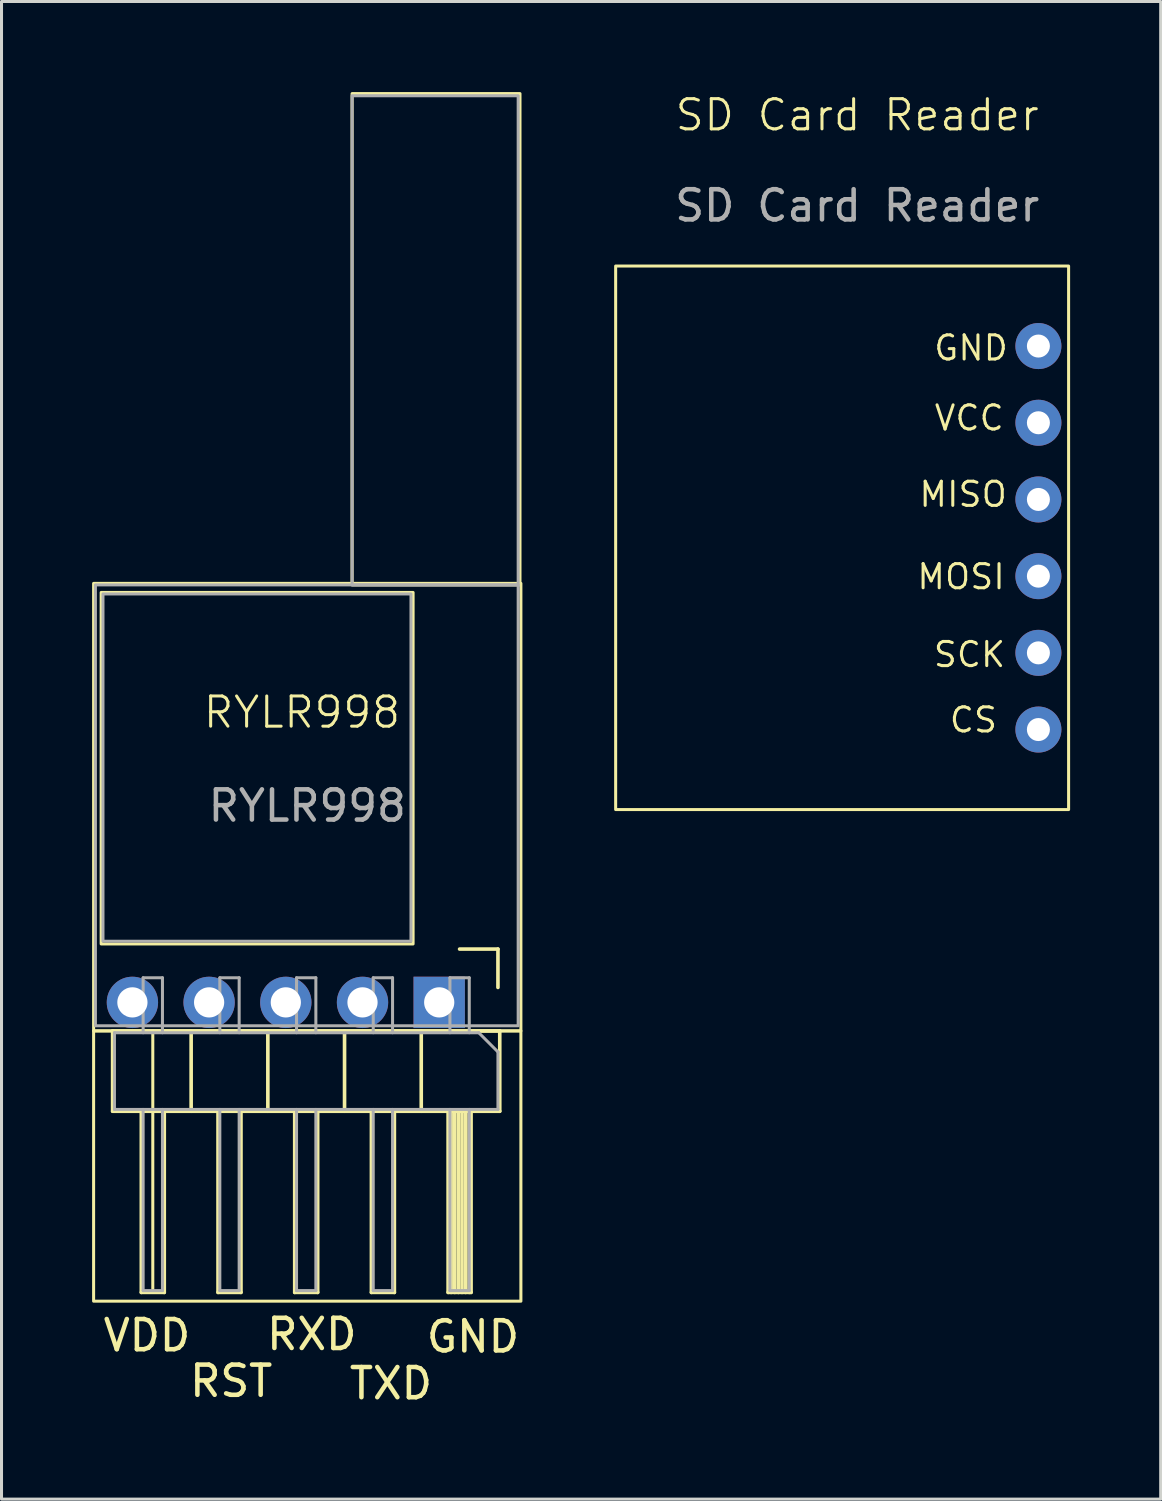
<source format=kicad_pcb>
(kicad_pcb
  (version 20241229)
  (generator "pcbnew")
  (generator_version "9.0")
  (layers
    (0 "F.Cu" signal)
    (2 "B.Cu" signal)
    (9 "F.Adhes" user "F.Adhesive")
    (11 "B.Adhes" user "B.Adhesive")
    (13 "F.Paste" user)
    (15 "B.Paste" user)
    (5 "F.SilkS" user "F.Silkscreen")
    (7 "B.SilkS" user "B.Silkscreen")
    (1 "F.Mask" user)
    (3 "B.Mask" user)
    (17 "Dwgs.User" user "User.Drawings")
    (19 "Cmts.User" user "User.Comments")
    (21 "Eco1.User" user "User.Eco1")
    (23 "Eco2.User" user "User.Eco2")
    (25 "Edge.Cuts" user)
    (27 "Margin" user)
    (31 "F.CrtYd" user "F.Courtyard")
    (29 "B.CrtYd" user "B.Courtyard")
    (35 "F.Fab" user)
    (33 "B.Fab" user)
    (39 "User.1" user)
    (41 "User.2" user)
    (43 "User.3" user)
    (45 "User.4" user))
  (footprint "SD Card Reader"
    (layer "F.Cu")
    (at 25.338 1.26)
    (property "Reference" "SD Card Reader" (at 0 -0.5 0) (unlocked yes) (layer "F.SilkS") (effects (font (size 1 1) (thickness 0.1))))
    (attr smd)
    (fp_rect (start -8 4.5) (end 7 22.5) (stroke (width 0.1) (type default)) (fill no) (layer "F.SilkS"))
    (fp_text user "CS" (at 3 20 0) (unlocked yes) (layer "F.SilkS") (effects (font (size 0.8 0.8) (thickness 0.1)) (justify left bottom)))
    (fp_text user "VCC" (at 2.5 10 0) (unlocked yes) (layer "F.SilkS") (effects (font (size 0.8 0.8) (thickness 0.1)) (justify left bottom)))
    (fp_text user "GND\n" (at 2.484 7.682 0) (unlocked yes) (layer "F.SilkS") (effects (font (size 0.8 0.8) (thickness 0.1)) (justify left bottom)))
    (fp_text user "SCK" (at 2.471 17.835 0) (unlocked yes) (layer "F.SilkS") (effects (font (size 0.8 0.8) (thickness 0.1)) (justify left bottom)))
    (fp_text user "MISO\n" (at 1.994 12.529 0) (unlocked yes) (layer "F.SilkS") (effects (font (size 0.8 0.8) (thickness 0.1)) (justify left bottom)))
    (fp_text user "MOSI" (at 1.925 15.258 0) (unlocked yes) (layer "F.SilkS") (effects (font (size 0.8 0.8) (thickness 0.1)) (justify left bottom)))
    (fp_text user "${REFERENCE}" (at 0 2.5 0) (unlocked yes) (layer "F.Fab") (effects (font (size 1 1) (thickness 0.15))))
    (pad "1" thru_hole circle (at 6 19.85 180) (size 1.524 1.524) (drill 0.762) (layers "*.Cu" "*.Mask"))
    (pad "2" thru_hole circle (at 6 17.31 180) (size 1.524 1.524) (drill 0.762) (layers "*.Cu" "*.Mask"))
    (pad "3" thru_hole circle (at 6 14.77 180) (size 1.524 1.524) (drill 0.762) (layers "*.Cu" "*.Mask"))
    (pad "4" thru_hole circle (at 6 12.23 180) (size 1.524 1.524) (drill 0.762) (layers "*.Cu" "*.Mask"))
    (pad "5" thru_hole circle (at 6 9.69 180) (size 1.524 1.524) (drill 0.762) (layers "*.Cu" "*.Mask"))
    (pad "6" thru_hole circle (at 6 7.15 180) (size 1.524 1.524) (drill 0.762) (layers "*.Cu" "*.Mask")))
  (footprint "RYLR998"
    (layer "F.Cu")
    (at 6.95 21.04)
    (property "Reference" "RYLR998" (at 0 -0.5 0) (unlocked yes) (layer "F.SilkS") (effects (font (size 1 1) (thickness 0.1))))
    (attr smd)
    (fp_line (start -6.27 10.05) (end -6.27 12.71) (stroke (width 0.12) (type solid)) (layer "F.SilkS"))
    (fp_line (start -6.27 12.71) (end 6.55 12.71) (stroke (width 0.12) (type solid)) (layer "F.SilkS"))
    (fp_line (start -5.32 18.71) (end -5.32 12.71) (stroke (width 0.12) (type solid)) (layer "F.SilkS"))
    (fp_line (start -4.94 18.71) (end -4.94 10.05) (stroke (width 0.1) (type default)) (layer "F.SilkS"))
    (fp_line (start -4.56 12.71) (end -4.56 18.71) (stroke (width 0.12) (type solid)) (layer "F.SilkS"))
    (fp_line (start -4.56 18.71) (end -5.32 18.71) (stroke (width 0.12) (type solid)) (layer "F.SilkS"))
    (fp_line (start -3.67 10.05) (end -3.67 12.71) (stroke (width 0.12) (type solid)) (layer "F.SilkS"))
    (fp_line (start -2.78 18.71) (end -2.78 12.71) (stroke (width 0.12) (type solid)) (layer "F.SilkS"))
    (fp_line (start -2.02 12.71) (end -2.02 18.71) (stroke (width 0.12) (type solid)) (layer "F.SilkS"))
    (fp_line (start -2.02 18.71) (end -2.78 18.71) (stroke (width 0.12) (type solid)) (layer "F.SilkS"))
    (fp_line (start -1.13 10.05) (end -1.13 12.71) (stroke (width 0.12) (type solid)) (layer "F.SilkS"))
    (fp_line (start -0.24 18.71) (end -0.24 12.71) (stroke (width 0.12) (type solid)) (layer "F.SilkS"))
    (fp_line (start 0.52 12.71) (end 0.52 18.71) (stroke (width 0.12) (type solid)) (layer "F.SilkS"))
    (fp_line (start 0.52 18.71) (end -0.24 18.71) (stroke (width 0.12) (type solid)) (layer "F.SilkS"))
    (fp_line (start 1.41 10.05) (end 1.41 12.71) (stroke (width 0.12) (type solid)) (layer "F.SilkS"))
    (fp_line (start 2.3 18.71) (end 2.3 12.71) (stroke (width 0.12) (type solid)) (layer "F.SilkS"))
    (fp_line (start 3.06 12.71) (end 3.06 18.71) (stroke (width 0.12) (type solid)) (layer "F.SilkS"))
    (fp_line (start 3.06 18.71) (end 2.3 18.71) (stroke (width 0.12) (type solid)) (layer "F.SilkS"))
    (fp_line (start 3.95 10.05) (end 3.95 12.71) (stroke (width 0.12) (type solid)) (layer "F.SilkS"))
    (fp_line (start 4.84 18.71) (end 4.84 12.71) (stroke (width 0.12) (type solid)) (layer "F.SilkS"))
    (fp_line (start 4.94 12.71) (end 4.94 18.71) (stroke (width 0.12) (type solid)) (layer "F.SilkS"))
    (fp_line (start 5.06 12.71) (end 5.06 18.71) (stroke (width 0.12) (type solid)) (layer "F.SilkS"))
    (fp_line (start 5.18 12.71) (end 5.18 18.71) (stroke (width 0.12) (type solid)) (layer "F.SilkS"))
    (fp_line (start 5.22 7.34) (end 6.49 7.34) (stroke (width 0.12) (type solid)) (layer "F.SilkS"))
    (fp_line (start 5.3 12.71) (end 5.3 18.71) (stroke (width 0.12) (type solid)) (layer "F.SilkS"))
    (fp_line (start 5.42 12.71) (end 5.42 18.71) (stroke (width 0.12) (type solid)) (layer "F.SilkS"))
    (fp_line (start 5.54 12.71) (end 5.54 18.71) (stroke (width 0.12) (type solid)) (layer "F.SilkS"))
    (fp_line (start 5.6 12.71) (end 5.6 18.71) (stroke (width 0.12) (type solid)) (layer "F.SilkS"))
    (fp_line (start 5.6 18.71) (end 4.84 18.71) (stroke (width 0.12) (type solid)) (layer "F.SilkS"))
    (fp_line (start 6.49 7.34) (end 6.49 8.61) (stroke (width 0.12) (type solid)) (layer "F.SilkS"))
    (fp_line (start 6.55 10.05) (end -6.27 10.05) (stroke (width 0.12) (type solid)) (layer "F.SilkS"))
    (fp_line (start 6.55 12.71) (end 6.55 10.05) (stroke (width 0.12) (type solid)) (layer "F.SilkS"))
    (fp_rect (start -6.9 -4.77) (end 7.25 10.05) (stroke (width 0.1) (type solid)) (fill no) (layer "F.SilkS"))
    (fp_rect (start -6.9 10.05) (end 7.25 19) (stroke (width 0.1) (type solid)) (fill no) (layer "F.SilkS"))
    (fp_rect (start -6.65 -4.47) (end 3.68 7.17) (stroke (width 0.1) (type default)) (fill no) (layer "F.SilkS"))
    (fp_rect (start 1.66 -20.99) (end 7.22 -4.72) (stroke (width 0.1) (type default)) (fill no) (layer "F.SilkS"))
    (fp_line (start -6.21 10.11) (end 5.855 10.11) (stroke (width 0.1) (type solid)) (layer "F.Fab"))
    (fp_line (start -6.21 12.65) (end -6.21 10.11) (stroke (width 0.1) (type solid)) (layer "F.Fab"))
    (fp_line (start -5.26 8.29) (end -5.26 10.11) (stroke (width 0.1) (type solid)) (layer "F.Fab"))
    (fp_line (start -5.26 12.65) (end -5.26 18.65) (stroke (width 0.1) (type solid)) (layer "F.Fab"))
    (fp_line (start -4.62 8.29) (end -5.26 8.29) (stroke (width 0.1) (type solid)) (layer "F.Fab"))
    (fp_line (start -4.62 8.29) (end -4.62 10.11) (stroke (width 0.1) (type solid)) (layer "F.Fab"))
    (fp_line (start -4.62 12.65) (end -4.62 18.65) (stroke (width 0.1) (type solid)) (layer "F.Fab"))
    (fp_line (start -4.62 18.65) (end -5.26 18.65) (stroke (width 0.1) (type solid)) (layer "F.Fab"))
    (fp_line (start -2.72 8.29) (end -2.72 10.11) (stroke (width 0.1) (type solid)) (layer "F.Fab"))
    (fp_line (start -2.72 12.65) (end -2.72 18.65) (stroke (width 0.1) (type solid)) (layer "F.Fab"))
    (fp_line (start -2.08 8.29) (end -2.72 8.29) (stroke (width 0.1) (type solid)) (layer "F.Fab"))
    (fp_line (start -2.08 8.29) (end -2.08 10.11) (stroke (width 0.1) (type solid)) (layer "F.Fab"))
    (fp_line (start -2.08 12.65) (end -2.08 18.65) (stroke (width 0.1) (type solid)) (layer "F.Fab"))
    (fp_line (start -2.08 18.65) (end -2.72 18.65) (stroke (width 0.1) (type solid)) (layer "F.Fab"))
    (fp_line (start -0.18 8.29) (end -0.18 10.11) (stroke (width 0.1) (type solid)) (layer "F.Fab"))
    (fp_line (start -0.18 12.65) (end -0.18 18.65) (stroke (width 0.1) (type solid)) (layer "F.Fab"))
    (fp_line (start 0.46 8.29) (end -0.18 8.29) (stroke (width 0.1) (type solid)) (layer "F.Fab"))
    (fp_line (start 0.46 8.29) (end 0.46 10.11) (stroke (width 0.1) (type solid)) (layer "F.Fab"))
    (fp_line (start 0.46 12.65) (end 0.46 18.65) (stroke (width 0.1) (type solid)) (layer "F.Fab"))
    (fp_line (start 0.46 18.65) (end -0.18 18.65) (stroke (width 0.1) (type solid)) (layer "F.Fab"))
    (fp_line (start 2.36 8.29) (end 2.36 10.11) (stroke (width 0.1) (type solid)) (layer "F.Fab"))
    (fp_line (start 2.36 12.65) (end 2.36 18.65) (stroke (width 0.1) (type solid)) (layer "F.Fab"))
    (fp_line (start 3 8.29) (end 2.36 8.29) (stroke (width 0.1) (type solid)) (layer "F.Fab"))
    (fp_line (start 3 8.29) (end 3 10.11) (stroke (width 0.1) (type solid)) (layer "F.Fab"))
    (fp_line (start 3 12.65) (end 3 18.65) (stroke (width 0.1) (type solid)) (layer "F.Fab"))
    (fp_line (start 3 18.65) (end 2.36 18.65) (stroke (width 0.1) (type solid)) (layer "F.Fab"))
    (fp_line (start 4.9 8.29) (end 4.9 10.11) (stroke (width 0.1) (type solid)) (layer "F.Fab"))
    (fp_line (start 4.9 12.65) (end 4.9 18.65) (stroke (width 0.1) (type solid)) (layer "F.Fab"))
    (fp_line (start 5.54 8.29) (end 4.9 8.29) (stroke (width 0.1) (type solid)) (layer "F.Fab"))
    (fp_line (start 5.54 8.29) (end 5.54 10.11) (stroke (width 0.1) (type solid)) (layer "F.Fab"))
    (fp_line (start 5.54 12.65) (end 5.54 18.65) (stroke (width 0.1) (type solid)) (layer "F.Fab"))
    (fp_line (start 5.54 18.65) (end 4.9 18.65) (stroke (width 0.1) (type solid)) (layer "F.Fab"))
    (fp_line (start 5.855 10.11) (end 6.49 10.745) (stroke (width 0.1) (type solid)) (layer "F.Fab"))
    (fp_line (start 6.49 10.745) (end 6.49 12.65) (stroke (width 0.1) (type solid)) (layer "F.Fab"))
    (fp_line (start 6.49 12.65) (end -6.21 12.65) (stroke (width 0.1) (type solid)) (layer "F.Fab"))
    (fp_rect (start -6.84 -4.72) (end 7.16 9.88) (stroke (width 0.1) (type default)) (fill no) (layer "F.Fab"))
    (fp_rect (start -6.59 -4.42) (end 3.61 7.08) (stroke (width 0.1) (type default)) (fill no) (layer "F.Fab"))
    (fp_rect (start 1.66 -4.72) (end 7.16 -20.92) (stroke (width 0.1) (type default)) (fill no) (layer "F.Fab"))
    (fp_text user "TXD" (at 1.49 22.31 0) (unlocked yes) (layer "F.SilkS") (effects (font (size 1 1) (thickness 0.15)) (justify left bottom)))
    (fp_text user "RST" (at -3.8 22.23 0) (unlocked yes) (layer "F.SilkS") (effects (font (size 1 1) (thickness 0.15)) (justify left bottom)))
    (fp_text user "GND" (at 4.04 20.76 0) (unlocked yes) (layer "F.SilkS") (effects (font (size 1 1) (thickness 0.15)) (justify left bottom)))
    (fp_text user "VDD" (at -6.66 20.72 0) (unlocked yes) (layer "F.SilkS") (effects (font (size 1 1) (thickness 0.15)) (justify left bottom)))
    (fp_text user "RXD" (at -1.25 20.68 0) (unlocked yes) (layer "F.SilkS") (effects (font (size 1 1) (thickness 0.15)) (justify left bottom)))
    (fp_text user "${REFERENCE}" (at 0.175 2.595 0) (unlocked yes) (layer "F.Fab") (effects (font (size 1 1) (thickness 0.15))))
    (pad "1" thru_hole oval (at -5.615 9.105 270) (size 1.7 1.7) (drill 1) (layers "*.Cu" "*.Mask"))
    (pad "2" thru_hole oval (at -3.075 9.105 270) (size 1.7 1.7) (drill 1) (layers "*.Cu" "*.Mask"))
    (pad "3" thru_hole oval (at -0.535 9.105 270) (size 1.7 1.7) (drill 1) (layers "*.Cu" "*.Mask"))
    (pad "4" thru_hole oval (at 2.005 9.105 270) (size 1.7 1.7) (drill 1) (layers "*.Cu" "*.Mask"))
    (pad "5" thru_hole rect (at 4.545 9.105 270) (size 1.7 1.7) (drill 1) (layers "*.Cu" "*.Mask")))
  (gr_rect
    (start -3 -3)
    (end 35.388 46.596)
    (stroke (width 0.1) (type default))
    (fill no)
    (layer "Edge.Cuts")))
</source>
